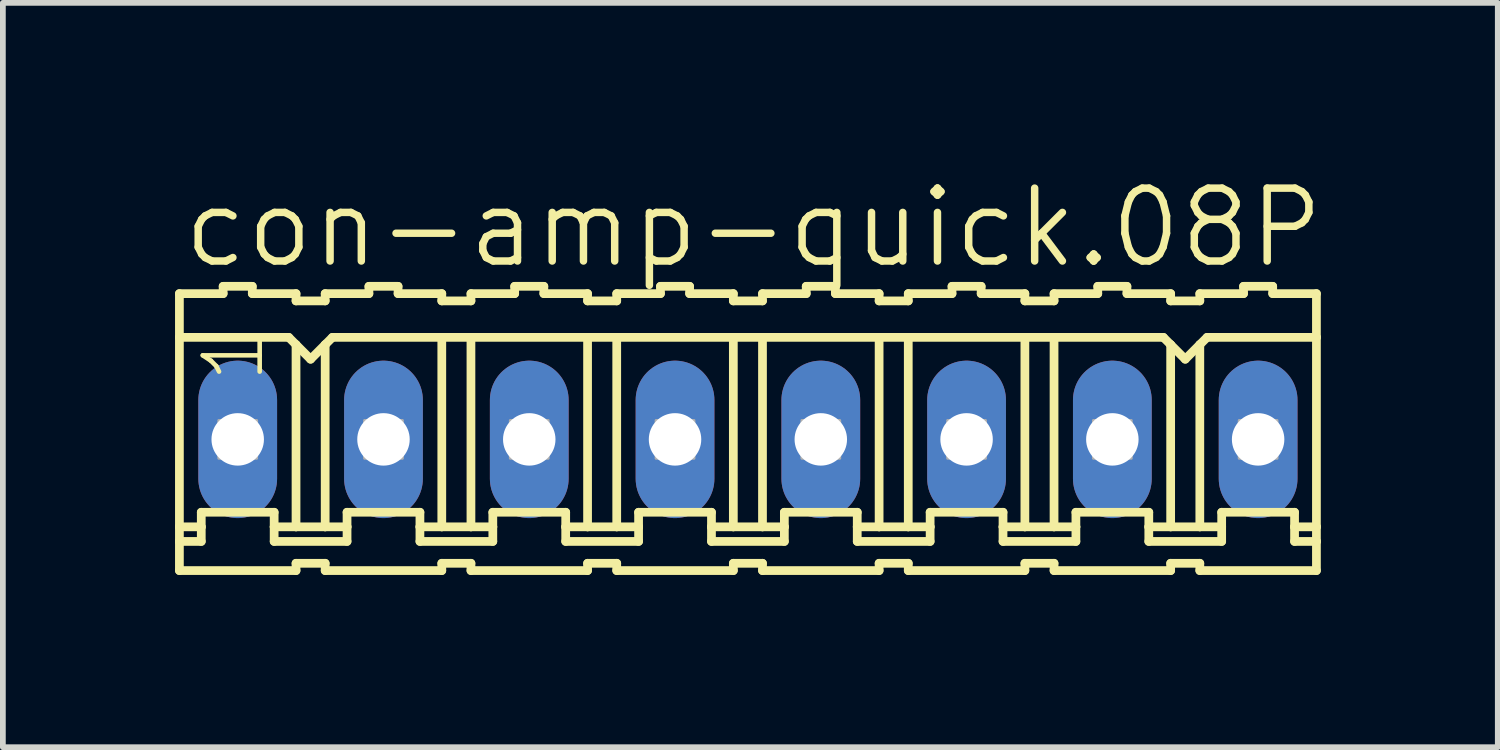
<source format=kicad_pcb>
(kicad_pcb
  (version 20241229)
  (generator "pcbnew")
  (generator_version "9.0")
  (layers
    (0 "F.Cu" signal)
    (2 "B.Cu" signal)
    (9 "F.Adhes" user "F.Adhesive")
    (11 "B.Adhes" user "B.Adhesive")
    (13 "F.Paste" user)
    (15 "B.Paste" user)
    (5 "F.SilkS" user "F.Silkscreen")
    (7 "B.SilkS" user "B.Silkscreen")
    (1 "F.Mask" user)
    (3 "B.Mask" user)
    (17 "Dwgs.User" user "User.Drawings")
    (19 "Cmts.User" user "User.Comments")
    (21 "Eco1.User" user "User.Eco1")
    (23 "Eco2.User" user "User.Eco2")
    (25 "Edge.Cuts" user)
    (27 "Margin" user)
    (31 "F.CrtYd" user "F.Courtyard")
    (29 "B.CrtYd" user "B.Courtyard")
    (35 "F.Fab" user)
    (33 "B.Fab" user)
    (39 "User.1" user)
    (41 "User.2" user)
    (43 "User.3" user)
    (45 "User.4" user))
  (footprint "con-amp-quick.08P"
    (layer "F.Cu")
    (at 9.982 4.606)
    (property "Reference" "con-amp-quick.08P" (at -9.906 -2.946 0) (layer "F.SilkS") (effects (font (size 1.27 1.27) (thickness 0.13)) (justify left bottom)))
    (attr through_hole)
    (fp_line (start -9.906 -2.54) (end -9.906 -1.778) (stroke (width 0.152) (type default)) (layer "F.SilkS"))
    (fp_line (start -9.906 -2.54) (end -9.144 -2.54) (stroke (width 0.152) (type default)) (layer "F.SilkS"))
    (fp_line (start -9.906 -1.778) (end -9.906 1.524) (stroke (width 0.152) (type default)) (layer "F.SilkS"))
    (fp_line (start -9.906 1.524) (end -9.906 1.778) (stroke (width 0.152) (type default)) (layer "F.SilkS"))
    (fp_line (start -9.906 1.778) (end -9.906 2.286) (stroke (width 0.152) (type default)) (layer "F.SilkS"))
    (fp_line (start -9.906 1.778) (end -9.525 1.778) (stroke (width 0.152) (type default)) (layer "F.SilkS"))
    (fp_line (start -9.525 1.27) (end -8.255 1.27) (stroke (width 0.152) (type default)) (layer "F.SilkS"))
    (fp_line (start -9.525 1.524) (end -9.906 1.524) (stroke (width 0.152) (type default)) (layer "F.SilkS"))
    (fp_line (start -9.525 1.524) (end -9.525 1.27) (stroke (width 0.152) (type default)) (layer "F.SilkS"))
    (fp_line (start -9.525 1.778) (end -9.525 1.524) (stroke (width 0.152) (type default)) (layer "F.SilkS"))
    (fp_line (start -9.144 -2.54) (end -9.144 -2.667) (stroke (width 0.152) (type default)) (layer "F.SilkS"))
    (fp_line (start -8.636 -2.667) (end -9.144 -2.667) (stroke (width 0.152) (type default)) (layer "F.SilkS"))
    (fp_line (start -8.636 -2.54) (end -8.636 -2.667) (stroke (width 0.152) (type default)) (layer "F.SilkS"))
    (fp_line (start -8.255 1.524) (end -8.255 1.27) (stroke (width 0.152) (type default)) (layer "F.SilkS"))
    (fp_line (start -8.255 1.524) (end -7.874 1.524) (stroke (width 0.152) (type default)) (layer "F.SilkS"))
    (fp_line (start -8.255 1.778) (end -8.255 1.524) (stroke (width 0.152) (type default)) (layer "F.SilkS"))
    (fp_line (start -8.001 -1.778) (end -9.906 -1.778) (stroke (width 0.152) (type default)) (layer "F.SilkS"))
    (fp_line (start -8.001 -1.778) (end -7.874 -1.651) (stroke (width 0.152) (type default)) (layer "F.SilkS"))
    (fp_line (start -7.874 -2.54) (end -8.636 -2.54) (stroke (width 0.152) (type default)) (layer "F.SilkS"))
    (fp_line (start -7.874 -2.413) (end -7.874 -2.54) (stroke (width 0.152) (type default)) (layer "F.SilkS"))
    (fp_line (start -7.874 -2.413) (end -7.366 -2.413) (stroke (width 0.152) (type default)) (layer "F.SilkS"))
    (fp_line (start -7.874 -1.651) (end -7.874 1.524) (stroke (width 0.152) (type default)) (layer "F.SilkS"))
    (fp_line (start -7.874 -1.651) (end -7.62 -1.397) (stroke (width 0.152) (type default)) (layer "F.SilkS"))
    (fp_line (start -7.874 1.524) (end -7.366 1.524) (stroke (width 0.152) (type default)) (layer "F.SilkS"))
    (fp_line (start -7.874 2.159) (end -7.874 2.286) (stroke (width 0.152) (type default)) (layer "F.SilkS"))
    (fp_line (start -7.874 2.286) (end -9.906 2.286) (stroke (width 0.152) (type default)) (layer "F.SilkS"))
    (fp_line (start -7.62 -1.397) (end -7.366 -1.651) (stroke (width 0.152) (type default)) (layer "F.SilkS"))
    (fp_line (start -7.366 -2.54) (end -6.604 -2.54) (stroke (width 0.152) (type default)) (layer "F.SilkS"))
    (fp_line (start -7.366 -2.413) (end -7.366 -2.54) (stroke (width 0.152) (type default)) (layer "F.SilkS"))
    (fp_line (start -7.366 -1.651) (end -7.366 1.524) (stroke (width 0.152) (type default)) (layer "F.SilkS"))
    (fp_line (start -7.366 -1.651) (end -7.239 -1.778) (stroke (width 0.152) (type default)) (layer "F.SilkS"))
    (fp_line (start -7.366 1.524) (end -6.985 1.524) (stroke (width 0.152) (type default)) (layer "F.SilkS"))
    (fp_line (start -7.366 2.159) (end -7.874 2.159) (stroke (width 0.152) (type default)) (layer "F.SilkS"))
    (fp_line (start -7.366 2.159) (end -7.366 2.286) (stroke (width 0.152) (type default)) (layer "F.SilkS"))
    (fp_line (start -7.366 2.286) (end -5.334 2.286) (stroke (width 0.152) (type default)) (layer "F.SilkS"))
    (fp_line (start -7.239 -1.778) (end -5.334 -1.778) (stroke (width 0.152) (type default)) (layer "F.SilkS"))
    (fp_line (start -6.985 1.27) (end -5.715 1.27) (stroke (width 0.152) (type default)) (layer "F.SilkS"))
    (fp_line (start -6.985 1.524) (end -6.985 1.27) (stroke (width 0.152) (type default)) (layer "F.SilkS"))
    (fp_line (start -6.985 1.778) (end -8.255 1.778) (stroke (width 0.152) (type default)) (layer "F.SilkS"))
    (fp_line (start -6.985 1.778) (end -6.985 1.524) (stroke (width 0.152) (type default)) (layer "F.SilkS"))
    (fp_line (start -6.604 -2.54) (end -6.604 -2.667) (stroke (width 0.152) (type default)) (layer "F.SilkS"))
    (fp_line (start -6.096 -2.667) (end -6.604 -2.667) (stroke (width 0.152) (type default)) (layer "F.SilkS"))
    (fp_line (start -6.096 -2.54) (end -6.096 -2.667) (stroke (width 0.152) (type default)) (layer "F.SilkS"))
    (fp_line (start -6.096 -2.54) (end -5.334 -2.54) (stroke (width 0.152) (type default)) (layer "F.SilkS"))
    (fp_line (start -5.715 1.524) (end -5.715 1.27) (stroke (width 0.152) (type default)) (layer "F.SilkS"))
    (fp_line (start -5.715 1.524) (end -5.334 1.524) (stroke (width 0.152) (type default)) (layer "F.SilkS"))
    (fp_line (start -5.715 1.778) (end -5.715 1.524) (stroke (width 0.152) (type default)) (layer "F.SilkS"))
    (fp_line (start -5.715 1.778) (end -4.445 1.778) (stroke (width 0.152) (type default)) (layer "F.SilkS"))
    (fp_line (start -5.334 -2.413) (end -5.334 -2.54) (stroke (width 0.152) (type default)) (layer "F.SilkS"))
    (fp_line (start -5.334 -1.778) (end -5.334 1.524) (stroke (width 0.152) (type default)) (layer "F.SilkS"))
    (fp_line (start -5.334 -1.778) (end -4.826 -1.778) (stroke (width 0.152) (type default)) (layer "F.SilkS"))
    (fp_line (start -5.334 1.524) (end -4.826 1.524) (stroke (width 0.152) (type default)) (layer "F.SilkS"))
    (fp_line (start -5.334 2.159) (end -5.334 2.286) (stroke (width 0.152) (type default)) (layer "F.SilkS"))
    (fp_line (start -4.826 -2.54) (end -4.064 -2.54) (stroke (width 0.152) (type default)) (layer "F.SilkS"))
    (fp_line (start -4.826 -2.413) (end -5.334 -2.413) (stroke (width 0.152) (type default)) (layer "F.SilkS"))
    (fp_line (start -4.826 -2.413) (end -4.826 -2.54) (stroke (width 0.152) (type default)) (layer "F.SilkS"))
    (fp_line (start -4.826 -1.778) (end -4.826 1.524) (stroke (width 0.152) (type default)) (layer "F.SilkS"))
    (fp_line (start -4.826 -1.778) (end -2.794 -1.778) (stroke (width 0.152) (type default)) (layer "F.SilkS"))
    (fp_line (start -4.826 1.524) (end -4.445 1.524) (stroke (width 0.152) (type default)) (layer "F.SilkS"))
    (fp_line (start -4.826 2.159) (end -5.334 2.159) (stroke (width 0.152) (type default)) (layer "F.SilkS"))
    (fp_line (start -4.826 2.159) (end -4.826 2.286) (stroke (width 0.152) (type default)) (layer "F.SilkS"))
    (fp_line (start -4.445 1.27) (end -3.175 1.27) (stroke (width 0.152) (type default)) (layer "F.SilkS"))
    (fp_line (start -4.445 1.524) (end -4.445 1.27) (stroke (width 0.152) (type default)) (layer "F.SilkS"))
    (fp_line (start -4.445 1.778) (end -4.445 1.524) (stroke (width 0.152) (type default)) (layer "F.SilkS"))
    (fp_line (start -4.064 -2.54) (end -4.064 -2.667) (stroke (width 0.152) (type default)) (layer "F.SilkS"))
    (fp_line (start -3.556 -2.667) (end -4.064 -2.667) (stroke (width 0.152) (type default)) (layer "F.SilkS"))
    (fp_line (start -3.556 -2.54) (end -3.556 -2.667) (stroke (width 0.152) (type default)) (layer "F.SilkS"))
    (fp_line (start -3.556 -2.54) (end -2.794 -2.54) (stroke (width 0.152) (type default)) (layer "F.SilkS"))
    (fp_line (start -3.175 1.524) (end -3.175 1.27) (stroke (width 0.152) (type default)) (layer "F.SilkS"))
    (fp_line (start -3.175 1.524) (end -2.794 1.524) (stroke (width 0.152) (type default)) (layer "F.SilkS"))
    (fp_line (start -3.175 1.778) (end -3.175 1.524) (stroke (width 0.152) (type default)) (layer "F.SilkS"))
    (fp_line (start -2.794 -2.54) (end -2.794 -2.413) (stroke (width 0.152) (type default)) (layer "F.SilkS"))
    (fp_line (start -2.794 -1.778) (end -2.794 1.524) (stroke (width 0.152) (type default)) (layer "F.SilkS"))
    (fp_line (start -2.794 2.159) (end -2.794 2.286) (stroke (width 0.152) (type default)) (layer "F.SilkS"))
    (fp_line (start -2.794 2.286) (end -4.826 2.286) (stroke (width 0.152) (type default)) (layer "F.SilkS"))
    (fp_line (start -2.286 -2.54) (end -2.286 -2.413) (stroke (width 0.152) (type default)) (layer "F.SilkS"))
    (fp_line (start -2.286 -2.54) (end -1.524 -2.54) (stroke (width 0.152) (type default)) (layer "F.SilkS"))
    (fp_line (start -2.286 -2.413) (end -2.794 -2.413) (stroke (width 0.152) (type default)) (layer "F.SilkS"))
    (fp_line (start -2.286 -1.778) (end -2.794 -1.778) (stroke (width 0.152) (type default)) (layer "F.SilkS"))
    (fp_line (start -2.286 -1.778) (end -2.286 1.524) (stroke (width 0.152) (type default)) (layer "F.SilkS"))
    (fp_line (start -2.286 -1.778) (end -0.254 -1.778) (stroke (width 0.152) (type default)) (layer "F.SilkS"))
    (fp_line (start -2.286 1.524) (end -2.794 1.524) (stroke (width 0.152) (type default)) (layer "F.SilkS"))
    (fp_line (start -2.286 2.159) (end -2.794 2.159) (stroke (width 0.152) (type default)) (layer "F.SilkS"))
    (fp_line (start -2.286 2.159) (end -2.286 2.286) (stroke (width 0.152) (type default)) (layer "F.SilkS"))
    (fp_line (start -1.905 1.27) (end -0.635 1.27) (stroke (width 0.152) (type default)) (layer "F.SilkS"))
    (fp_line (start -1.905 1.524) (end -2.286 1.524) (stroke (width 0.152) (type default)) (layer "F.SilkS"))
    (fp_line (start -1.905 1.524) (end -1.905 1.27) (stroke (width 0.152) (type default)) (layer "F.SilkS"))
    (fp_line (start -1.905 1.778) (end -3.175 1.778) (stroke (width 0.152) (type default)) (layer "F.SilkS"))
    (fp_line (start -1.905 1.778) (end -1.905 1.524) (stroke (width 0.152) (type default)) (layer "F.SilkS"))
    (fp_line (start -1.524 -2.54) (end -1.524 -2.667) (stroke (width 0.152) (type default)) (layer "F.SilkS"))
    (fp_line (start -1.016 -2.667) (end -1.524 -2.667) (stroke (width 0.152) (type default)) (layer "F.SilkS"))
    (fp_line (start -1.016 -2.54) (end -1.016 -2.667) (stroke (width 0.152) (type default)) (layer "F.SilkS"))
    (fp_line (start -0.635 1.524) (end -0.635 1.27) (stroke (width 0.152) (type default)) (layer "F.SilkS"))
    (fp_line (start -0.635 1.524) (end -0.254 1.524) (stroke (width 0.152) (type default)) (layer "F.SilkS"))
    (fp_line (start -0.635 1.778) (end -0.635 1.524) (stroke (width 0.152) (type default)) (layer "F.SilkS"))
    (fp_line (start -0.254 -2.54) (end -1.016 -2.54) (stroke (width 0.152) (type default)) (layer "F.SilkS"))
    (fp_line (start -0.254 -2.413) (end -0.254 -2.54) (stroke (width 0.152) (type default)) (layer "F.SilkS"))
    (fp_line (start -0.254 -2.413) (end 0.254 -2.413) (stroke (width 0.152) (type default)) (layer "F.SilkS"))
    (fp_line (start -0.254 -1.778) (end -0.254 1.524) (stroke (width 0.152) (type default)) (layer "F.SilkS"))
    (fp_line (start -0.254 -1.778) (end 0.254 -1.778) (stroke (width 0.152) (type default)) (layer "F.SilkS"))
    (fp_line (start -0.254 1.524) (end 0.254 1.524) (stroke (width 0.152) (type default)) (layer "F.SilkS"))
    (fp_line (start -0.254 2.159) (end -0.254 2.286) (stroke (width 0.152) (type default)) (layer "F.SilkS"))
    (fp_line (start -0.254 2.286) (end -2.286 2.286) (stroke (width 0.152) (type default)) (layer "F.SilkS"))
    (fp_line (start 0.254 -2.54) (end 1.016 -2.54) (stroke (width 0.152) (type default)) (layer "F.SilkS"))
    (fp_line (start 0.254 -2.413) (end 0.254 -2.54) (stroke (width 0.152) (type default)) (layer "F.SilkS"))
    (fp_line (start 0.254 -1.778) (end 0.254 1.524) (stroke (width 0.152) (type default)) (layer "F.SilkS"))
    (fp_line (start 0.254 -1.778) (end 2.286 -1.778) (stroke (width 0.152) (type default)) (layer "F.SilkS"))
    (fp_line (start 0.254 1.524) (end 0.635 1.524) (stroke (width 0.152) (type default)) (layer "F.SilkS"))
    (fp_line (start 0.254 2.159) (end -0.254 2.159) (stroke (width 0.152) (type default)) (layer "F.SilkS"))
    (fp_line (start 0.254 2.159) (end 0.254 2.286) (stroke (width 0.152) (type default)) (layer "F.SilkS"))
    (fp_line (start 0.635 1.27) (end 1.905 1.27) (stroke (width 0.152) (type default)) (layer "F.SilkS"))
    (fp_line (start 0.635 1.524) (end 0.635 1.27) (stroke (width 0.152) (type default)) (layer "F.SilkS"))
    (fp_line (start 0.635 1.778) (end -0.635 1.778) (stroke (width 0.152) (type default)) (layer "F.SilkS"))
    (fp_line (start 0.635 1.778) (end 0.635 1.524) (stroke (width 0.152) (type default)) (layer "F.SilkS"))
    (fp_line (start 1.016 -2.54) (end 1.016 -2.667) (stroke (width 0.152) (type default)) (layer "F.SilkS"))
    (fp_line (start 1.524 -2.667) (end 1.016 -2.667) (stroke (width 0.152) (type default)) (layer "F.SilkS"))
    (fp_line (start 1.524 -2.54) (end 1.524 -2.667) (stroke (width 0.152) (type default)) (layer "F.SilkS"))
    (fp_line (start 1.905 1.524) (end 1.905 1.27) (stroke (width 0.152) (type default)) (layer "F.SilkS"))
    (fp_line (start 1.905 1.524) (end 2.286 1.524) (stroke (width 0.152) (type default)) (layer "F.SilkS"))
    (fp_line (start 1.905 1.778) (end 1.905 1.524) (stroke (width 0.152) (type default)) (layer "F.SilkS"))
    (fp_line (start 2.286 -2.54) (end 1.524 -2.54) (stroke (width 0.152) (type default)) (layer "F.SilkS"))
    (fp_line (start 2.286 -2.413) (end 2.286 -2.54) (stroke (width 0.152) (type default)) (layer "F.SilkS"))
    (fp_line (start 2.286 -2.413) (end 2.794 -2.413) (stroke (width 0.152) (type default)) (layer "F.SilkS"))
    (fp_line (start 2.286 -1.778) (end 2.286 1.524) (stroke (width 0.152) (type default)) (layer "F.SilkS"))
    (fp_line (start 2.286 -1.778) (end 2.794 -1.778) (stroke (width 0.152) (type default)) (layer "F.SilkS"))
    (fp_line (start 2.286 1.524) (end 2.794 1.524) (stroke (width 0.152) (type default)) (layer "F.SilkS"))
    (fp_line (start 2.286 2.159) (end 2.286 2.286) (stroke (width 0.152) (type default)) (layer "F.SilkS"))
    (fp_line (start 2.286 2.286) (end 0.254 2.286) (stroke (width 0.152) (type default)) (layer "F.SilkS"))
    (fp_line (start 2.794 -2.54) (end 3.556 -2.54) (stroke (width 0.152) (type default)) (layer "F.SilkS"))
    (fp_line (start 2.794 -2.413) (end 2.794 -2.54) (stroke (width 0.152) (type default)) (layer "F.SilkS"))
    (fp_line (start 2.794 -1.778) (end 2.794 1.524) (stroke (width 0.152) (type default)) (layer "F.SilkS"))
    (fp_line (start 2.794 -1.778) (end 4.826 -1.778) (stroke (width 0.152) (type default)) (layer "F.SilkS"))
    (fp_line (start 2.794 1.524) (end 3.175 1.524) (stroke (width 0.152) (type default)) (layer "F.SilkS"))
    (fp_line (start 2.794 2.159) (end 2.286 2.159) (stroke (width 0.152) (type default)) (layer "F.SilkS"))
    (fp_line (start 2.794 2.159) (end 2.794 2.286) (stroke (width 0.152) (type default)) (layer "F.SilkS"))
    (fp_line (start 3.175 1.27) (end 4.445 1.27) (stroke (width 0.152) (type default)) (layer "F.SilkS"))
    (fp_line (start 3.175 1.524) (end 3.175 1.27) (stroke (width 0.152) (type default)) (layer "F.SilkS"))
    (fp_line (start 3.175 1.778) (end 1.905 1.778) (stroke (width 0.152) (type default)) (layer "F.SilkS"))
    (fp_line (start 3.175 1.778) (end 3.175 1.524) (stroke (width 0.152) (type default)) (layer "F.SilkS"))
    (fp_line (start 3.556 -2.54) (end 3.556 -2.667) (stroke (width 0.152) (type default)) (layer "F.SilkS"))
    (fp_line (start 4.064 -2.667) (end 3.556 -2.667) (stroke (width 0.152) (type default)) (layer "F.SilkS"))
    (fp_line (start 4.064 -2.54) (end 4.064 -2.667) (stroke (width 0.152) (type default)) (layer "F.SilkS"))
    (fp_line (start 4.445 1.524) (end 4.445 1.27) (stroke (width 0.152) (type default)) (layer "F.SilkS"))
    (fp_line (start 4.445 1.524) (end 4.826 1.524) (stroke (width 0.152) (type default)) (layer "F.SilkS"))
    (fp_line (start 4.445 1.778) (end 4.445 1.524) (stroke (width 0.152) (type default)) (layer "F.SilkS"))
    (fp_line (start 4.826 -2.54) (end 4.064 -2.54) (stroke (width 0.152) (type default)) (layer "F.SilkS"))
    (fp_line (start 4.826 -2.413) (end 4.826 -2.54) (stroke (width 0.152) (type default)) (layer "F.SilkS"))
    (fp_line (start 4.826 -2.413) (end 5.334 -2.413) (stroke (width 0.152) (type default)) (layer "F.SilkS"))
    (fp_line (start 4.826 -1.778) (end 4.826 1.524) (stroke (width 0.152) (type default)) (layer "F.SilkS"))
    (fp_line (start 4.826 -1.778) (end 5.334 -1.778) (stroke (width 0.152) (type default)) (layer "F.SilkS"))
    (fp_line (start 4.826 1.524) (end 5.334 1.524) (stroke (width 0.152) (type default)) (layer "F.SilkS"))
    (fp_line (start 4.826 2.159) (end 4.826 2.286) (stroke (width 0.152) (type default)) (layer "F.SilkS"))
    (fp_line (start 4.826 2.286) (end 2.794 2.286) (stroke (width 0.152) (type default)) (layer "F.SilkS"))
    (fp_line (start 5.334 -2.54) (end 6.096 -2.54) (stroke (width 0.152) (type default)) (layer "F.SilkS"))
    (fp_line (start 5.334 -2.413) (end 5.334 -2.54) (stroke (width 0.152) (type default)) (layer "F.SilkS"))
    (fp_line (start 5.334 -1.778) (end 5.334 1.524) (stroke (width 0.152) (type default)) (layer "F.SilkS"))
    (fp_line (start 5.334 -1.778) (end 7.239 -1.778) (stroke (width 0.152) (type default)) (layer "F.SilkS"))
    (fp_line (start 5.334 1.524) (end 5.715 1.524) (stroke (width 0.152) (type default)) (layer "F.SilkS"))
    (fp_line (start 5.334 2.159) (end 4.826 2.159) (stroke (width 0.152) (type default)) (layer "F.SilkS"))
    (fp_line (start 5.334 2.159) (end 5.334 2.286) (stroke (width 0.152) (type default)) (layer "F.SilkS"))
    (fp_line (start 5.715 1.27) (end 6.985 1.27) (stroke (width 0.152) (type default)) (layer "F.SilkS"))
    (fp_line (start 5.715 1.524) (end 5.715 1.27) (stroke (width 0.152) (type default)) (layer "F.SilkS"))
    (fp_line (start 5.715 1.778) (end 4.445 1.778) (stroke (width 0.152) (type default)) (layer "F.SilkS"))
    (fp_line (start 5.715 1.778) (end 5.715 1.524) (stroke (width 0.152) (type default)) (layer "F.SilkS"))
    (fp_line (start 6.096 -2.54) (end 6.096 -2.667) (stroke (width 0.152) (type default)) (layer "F.SilkS"))
    (fp_line (start 6.604 -2.667) (end 6.096 -2.667) (stroke (width 0.152) (type default)) (layer "F.SilkS"))
    (fp_line (start 6.604 -2.54) (end 6.604 -2.667) (stroke (width 0.152) (type default)) (layer "F.SilkS"))
    (fp_line (start 6.604 -2.54) (end 7.366 -2.54) (stroke (width 0.152) (type default)) (layer "F.SilkS"))
    (fp_line (start 6.985 1.524) (end 6.985 1.27) (stroke (width 0.152) (type default)) (layer "F.SilkS"))
    (fp_line (start 6.985 1.524) (end 7.366 1.524) (stroke (width 0.152) (type default)) (layer "F.SilkS"))
    (fp_line (start 6.985 1.778) (end 6.985 1.524) (stroke (width 0.152) (type default)) (layer "F.SilkS"))
    (fp_line (start 6.985 1.778) (end 8.255 1.778) (stroke (width 0.152) (type default)) (layer "F.SilkS"))
    (fp_line (start 7.239 -1.778) (end 7.366 -1.651) (stroke (width 0.152) (type default)) (layer "F.SilkS"))
    (fp_line (start 7.366 -2.413) (end 7.366 -2.54) (stroke (width 0.152) (type default)) (layer "F.SilkS"))
    (fp_line (start 7.366 -1.651) (end 7.366 1.524) (stroke (width 0.152) (type default)) (layer "F.SilkS"))
    (fp_line (start 7.366 -1.651) (end 7.62 -1.397) (stroke (width 0.152) (type default)) (layer "F.SilkS"))
    (fp_line (start 7.366 1.524) (end 7.874 1.524) (stroke (width 0.152) (type default)) (layer "F.SilkS"))
    (fp_line (start 7.366 2.159) (end 7.366 2.286) (stroke (width 0.152) (type default)) (layer "F.SilkS"))
    (fp_line (start 7.366 2.286) (end 5.334 2.286) (stroke (width 0.152) (type default)) (layer "F.SilkS"))
    (fp_line (start 7.62 -1.397) (end 7.874 -1.651) (stroke (width 0.152) (type default)) (layer "F.SilkS"))
    (fp_line (start 7.874 -2.54) (end 8.636 -2.54) (stroke (width 0.152) (type default)) (layer "F.SilkS"))
    (fp_line (start 7.874 -2.413) (end 7.366 -2.413) (stroke (width 0.152) (type default)) (layer "F.SilkS"))
    (fp_line (start 7.874 -2.413) (end 7.874 -2.54) (stroke (width 0.152) (type default)) (layer "F.SilkS"))
    (fp_line (start 7.874 -1.651) (end 7.874 1.524) (stroke (width 0.152) (type default)) (layer "F.SilkS"))
    (fp_line (start 7.874 -1.651) (end 8.001 -1.778) (stroke (width 0.152) (type default)) (layer "F.SilkS"))
    (fp_line (start 7.874 1.524) (end 8.255 1.524) (stroke (width 0.152) (type default)) (layer "F.SilkS"))
    (fp_line (start 7.874 2.159) (end 7.366 2.159) (stroke (width 0.152) (type default)) (layer "F.SilkS"))
    (fp_line (start 7.874 2.159) (end 7.874 2.286) (stroke (width 0.152) (type default)) (layer "F.SilkS"))
    (fp_line (start 8.001 -1.778) (end 9.906 -1.778) (stroke (width 0.152) (type default)) (layer "F.SilkS"))
    (fp_line (start 8.255 1.27) (end 9.525 1.27) (stroke (width 0.152) (type default)) (layer "F.SilkS"))
    (fp_line (start 8.255 1.524) (end 8.255 1.27) (stroke (width 0.152) (type default)) (layer "F.SilkS"))
    (fp_line (start 8.255 1.778) (end 8.255 1.524) (stroke (width 0.152) (type default)) (layer "F.SilkS"))
    (fp_line (start 8.636 -2.54) (end 8.636 -2.667) (stroke (width 0.152) (type default)) (layer "F.SilkS"))
    (fp_line (start 9.144 -2.667) (end 8.636 -2.667) (stroke (width 0.152) (type default)) (layer "F.SilkS"))
    (fp_line (start 9.144 -2.54) (end 9.144 -2.667) (stroke (width 0.152) (type default)) (layer "F.SilkS"))
    (fp_line (start 9.144 -2.54) (end 9.906 -2.54) (stroke (width 0.152) (type default)) (layer "F.SilkS"))
    (fp_line (start 9.525 1.524) (end 9.525 1.27) (stroke (width 0.152) (type default)) (layer "F.SilkS"))
    (fp_line (start 9.525 1.524) (end 9.906 1.524) (stroke (width 0.152) (type default)) (layer "F.SilkS"))
    (fp_line (start 9.525 1.778) (end 9.525 1.524) (stroke (width 0.152) (type default)) (layer "F.SilkS"))
    (fp_line (start 9.906 -1.778) (end 9.906 -2.54) (stroke (width 0.152) (type default)) (layer "F.SilkS"))
    (fp_line (start 9.906 -1.778) (end 9.906 1.524) (stroke (width 0.152) (type default)) (layer "F.SilkS"))
    (fp_line (start 9.906 1.524) (end 9.906 1.778) (stroke (width 0.152) (type default)) (layer "F.SilkS"))
    (fp_line (start 9.906 1.778) (end 9.525 1.778) (stroke (width 0.152) (type default)) (layer "F.SilkS"))
    (fp_line (start 9.906 1.778) (end 9.906 2.286) (stroke (width 0.152) (type default)) (layer "F.SilkS"))
    (fp_line (start 9.906 2.286) (end 7.874 2.286) (stroke (width 0.152) (type default)) (layer "F.SilkS"))
    (fp_rect (start -9.22 0.33) (end -8.56 -0.33) (stroke (width 0.05) (type default)) (fill no) (layer "F.Fab"))
    (fp_rect (start -6.68 0.33) (end -6.02 -0.33) (stroke (width 0.05) (type default)) (fill no) (layer "F.Fab"))
    (fp_rect (start -4.14 0.33) (end -3.48 -0.33) (stroke (width 0.05) (type default)) (fill no) (layer "F.Fab"))
    (fp_rect (start -1.6 0.33) (end -0.94 -0.33) (stroke (width 0.05) (type default)) (fill no) (layer "F.Fab"))
    (fp_rect (start 0.94 0.33) (end 1.6 -0.33) (stroke (width 0.05) (type default)) (fill no) (layer "F.Fab"))
    (fp_rect (start 3.48 0.33) (end 4.14 -0.33) (stroke (width 0.05) (type default)) (fill no) (layer "F.Fab"))
    (fp_rect (start 6.02 0.33) (end 6.68 -0.33) (stroke (width 0.05) (type default)) (fill no) (layer "F.Fab"))
    (fp_rect (start 8.56 0.33) (end 9.22 -0.33) (stroke (width 0.05) (type default)) (fill no) (layer "F.Fab"))
    (fp_text user "1" (at -8.382 -0.94 90) (layer "F.SilkS") (effects (font (size 0.991 0.991) (thickness 0.08)) (justify left bottom)))
    (pad "1" thru_hole oval (at -8.89 0 90) (size 2.743 1.372) (drill 0.914) (layers "*.Cu" "*.Mask"))
    (pad "2" thru_hole oval (at -6.35 0 90) (size 2.743 1.372) (drill 0.914) (layers "*.Cu" "*.Mask"))
    (pad "3" thru_hole oval (at -3.81 0 90) (size 2.743 1.372) (drill 0.914) (layers "*.Cu" "*.Mask"))
    (pad "4" thru_hole oval (at -1.27 0 90) (size 2.743 1.372) (drill 0.914) (layers "*.Cu" "*.Mask"))
    (pad "5" thru_hole oval (at 1.27 0 90) (size 2.743 1.372) (drill 0.914) (layers "*.Cu" "*.Mask"))
    (pad "6" thru_hole oval (at 3.81 0 90) (size 2.743 1.372) (drill 0.914) (layers "*.Cu" "*.Mask"))
    (pad "7" thru_hole oval (at 6.35 0 90) (size 2.743 1.372) (drill 0.914) (layers "*.Cu" "*.Mask"))
    (pad "8" thru_hole oval (at 8.89 0 90) (size 2.743 1.372) (drill 0.914) (layers "*.Cu" "*.Mask")))
  (gr_rect
    (start -3 -3)
    (end 23.048 9.969)
    (stroke (width 0.1) (type default))
    (fill no)
    (layer "Edge.Cuts")))
</source>
